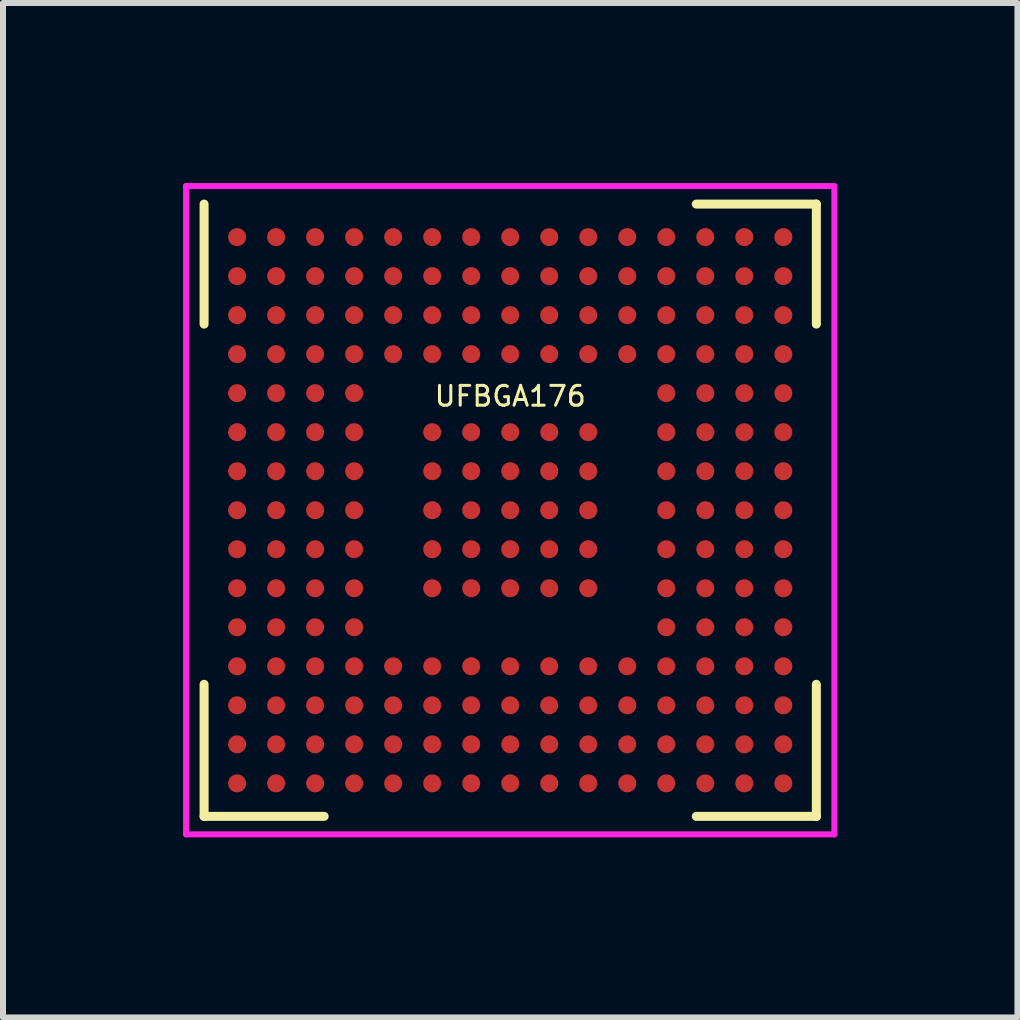
<source format=kicad_pcb>
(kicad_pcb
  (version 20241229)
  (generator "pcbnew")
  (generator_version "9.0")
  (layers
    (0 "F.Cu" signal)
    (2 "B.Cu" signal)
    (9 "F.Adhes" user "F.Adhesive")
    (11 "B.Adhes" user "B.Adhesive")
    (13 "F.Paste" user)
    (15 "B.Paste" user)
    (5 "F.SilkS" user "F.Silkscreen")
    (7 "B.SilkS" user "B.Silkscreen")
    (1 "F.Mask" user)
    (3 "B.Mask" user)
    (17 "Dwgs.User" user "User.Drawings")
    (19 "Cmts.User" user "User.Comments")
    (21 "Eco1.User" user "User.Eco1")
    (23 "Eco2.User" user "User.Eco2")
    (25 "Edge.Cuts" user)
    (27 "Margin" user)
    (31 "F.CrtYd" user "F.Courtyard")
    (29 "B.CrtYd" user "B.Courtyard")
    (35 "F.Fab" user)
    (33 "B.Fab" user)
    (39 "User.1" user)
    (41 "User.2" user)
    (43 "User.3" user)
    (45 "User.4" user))
  (footprint "UFBGA176"
    (layer "F.Cu")
    (at 5.45 5.45)
    (property "Reference" "UFBGA176" (at 0 -1.9 0) (layer "F.SilkS") (effects (font (size 0.33 0.33) (thickness 0.05))))
    (attr through_hole)
    (fp_line (start -5.1 -5.1) (end -5.1 -3.1) (stroke (width 0.15) (type solid)) (layer "F.SilkS"))
    (fp_line (start -5.1 5.1) (end -5.1 2.9) (stroke (width 0.15) (type solid)) (layer "F.SilkS"))
    (fp_line (start -5.1 5.1) (end -3.1 5.1) (stroke (width 0.15) (type solid)) (layer "F.SilkS"))
    (fp_line (start 5.1 -5.1) (end 3.1 -5.1) (stroke (width 0.15) (type solid)) (layer "F.SilkS"))
    (fp_line (start 5.1 -5.1) (end 5.1 -3.1) (stroke (width 0.15) (type solid)) (layer "F.SilkS"))
    (fp_line (start 5.1 5.1) (end 3.1 5.1) (stroke (width 0.15) (type solid)) (layer "F.SilkS"))
    (fp_line (start 5.1 5.1) (end 5.1 2.9) (stroke (width 0.15) (type solid)) (layer "F.SilkS"))
    (fp_line (start -5.4 5.4) (end -5.4 -5.4) (stroke (width 0.1) (type solid)) (layer "F.CrtYd"))
    (fp_line (start -5.4 5.4) (end 5.4 5.4) (stroke (width 0.1) (type solid)) (layer "F.CrtYd"))
    (fp_line (start 5.4 -5.4) (end -5.4 -5.4) (stroke (width 0.1) (type solid)) (layer "F.CrtYd"))
    (fp_line (start 5.4 5.4) (end 5.4 -5.4) (stroke (width 0.1) (type solid)) (layer "F.CrtYd"))
    (pad "A1" smd circle (at -4.55 -4.55) (size 0.3 0.3) (layers "F.Cu" "F.Mask" "F.Paste"))
    (pad "A2" smd circle (at -3.9 -4.55) (size 0.3 0.3) (layers "F.Cu" "F.Mask" "F.Paste"))
    (pad "A3" smd circle (at -3.25 -4.55) (size 0.3 0.3) (layers "F.Cu" "F.Mask" "F.Paste"))
    (pad "A4" smd circle (at -2.6 -4.55) (size 0.3 0.3) (layers "F.Cu" "F.Mask" "F.Paste"))
    (pad "A5" smd circle (at -1.95 -4.55) (size 0.3 0.3) (layers "F.Cu" "F.Mask" "F.Paste"))
    (pad "A6" smd circle (at -1.3 -4.55) (size 0.3 0.3) (layers "F.Cu" "F.Mask" "F.Paste"))
    (pad "A7" smd circle (at -0.65 -4.55) (size 0.3 0.3) (layers "F.Cu" "F.Mask" "F.Paste"))
    (pad "A8" smd circle (at 0 -4.55) (size 0.3 0.3) (layers "F.Cu" "F.Mask" "F.Paste"))
    (pad "A9" smd circle (at 0.65 -4.55) (size 0.3 0.3) (layers "F.Cu" "F.Mask" "F.Paste"))
    (pad "A10" smd circle (at 1.3 -4.55) (size 0.3 0.3) (layers "F.Cu" "F.Mask" "F.Paste"))
    (pad "A11" smd circle (at 1.95 -4.55) (size 0.3 0.3) (layers "F.Cu" "F.Mask" "F.Paste"))
    (pad "A12" smd circle (at 2.6 -4.55) (size 0.3 0.3) (layers "F.Cu" "F.Mask" "F.Paste"))
    (pad "A13" smd circle (at 3.25 -4.55) (size 0.3 0.3) (layers "F.Cu" "F.Mask" "F.Paste"))
    (pad "A14" smd circle (at 3.9 -4.55) (size 0.3 0.3) (layers "F.Cu" "F.Mask" "F.Paste"))
    (pad "A15" smd circle (at 4.55 -4.55) (size 0.3 0.3) (layers "F.Cu" "F.Mask" "F.Paste"))
    (pad "B1" smd circle (at -4.55 -3.9) (size 0.3 0.3) (layers "F.Cu" "F.Mask" "F.Paste"))
    (pad "B2" smd circle (at -3.9 -3.9) (size 0.3 0.3) (layers "F.Cu" "F.Mask" "F.Paste"))
    (pad "B3" smd circle (at -3.25 -3.9) (size 0.3 0.3) (layers "F.Cu" "F.Mask" "F.Paste"))
    (pad "B4" smd circle (at -2.6 -3.9) (size 0.3 0.3) (layers "F.Cu" "F.Mask" "F.Paste"))
    (pad "B5" smd circle (at -1.95 -3.9) (size 0.3 0.3) (layers "F.Cu" "F.Mask" "F.Paste"))
    (pad "B6" smd circle (at -1.3 -3.9) (size 0.3 0.3) (layers "F.Cu" "F.Mask" "F.Paste"))
    (pad "B7" smd circle (at -0.65 -3.9) (size 0.3 0.3) (layers "F.Cu" "F.Mask" "F.Paste"))
    (pad "B8" smd circle (at 0 -3.9) (size 0.3 0.3) (layers "F.Cu" "F.Mask" "F.Paste"))
    (pad "B9" smd circle (at 0.65 -3.9) (size 0.3 0.3) (layers "F.Cu" "F.Mask" "F.Paste"))
    (pad "B10" smd circle (at 1.3 -3.9) (size 0.3 0.3) (layers "F.Cu" "F.Mask" "F.Paste"))
    (pad "B11" smd circle (at 1.95 -3.9) (size 0.3 0.3) (layers "F.Cu" "F.Mask" "F.Paste"))
    (pad "B12" smd circle (at 2.6 -3.9) (size 0.3 0.3) (layers "F.Cu" "F.Mask" "F.Paste"))
    (pad "B13" smd circle (at 3.25 -3.9) (size 0.3 0.3) (layers "F.Cu" "F.Mask" "F.Paste"))
    (pad "B14" smd circle (at 3.9 -3.9) (size 0.3 0.3) (layers "F.Cu" "F.Mask" "F.Paste"))
    (pad "B15" smd circle (at 4.55 -3.9) (size 0.3 0.3) (layers "F.Cu" "F.Mask" "F.Paste"))
    (pad "C1" smd circle (at -4.55 -3.25) (size 0.3 0.3) (layers "F.Cu" "F.Mask" "F.Paste"))
    (pad "C2" smd circle (at -3.9 -3.25) (size 0.3 0.3) (layers "F.Cu" "F.Mask" "F.Paste"))
    (pad "C3" smd circle (at -3.25 -3.25) (size 0.3 0.3) (layers "F.Cu" "F.Mask" "F.Paste"))
    (pad "C4" smd circle (at -2.6 -3.25) (size 0.3 0.3) (layers "F.Cu" "F.Mask" "F.Paste"))
    (pad "C5" smd circle (at -1.95 -3.25) (size 0.3 0.3) (layers "F.Cu" "F.Mask" "F.Paste"))
    (pad "C6" smd circle (at -1.3 -3.25) (size 0.3 0.3) (layers "F.Cu" "F.Mask" "F.Paste"))
    (pad "C7" smd circle (at -0.65 -3.25) (size 0.3 0.3) (layers "F.Cu" "F.Mask" "F.Paste"))
    (pad "C8" smd circle (at 0 -3.25) (size 0.3 0.3) (layers "F.Cu" "F.Mask" "F.Paste"))
    (pad "C9" smd circle (at 0.65 -3.25) (size 0.3 0.3) (layers "F.Cu" "F.Mask" "F.Paste"))
    (pad "C10" smd circle (at 1.3 -3.25) (size 0.3 0.3) (layers "F.Cu" "F.Mask" "F.Paste"))
    (pad "C11" smd circle (at 1.95 -3.25) (size 0.3 0.3) (layers "F.Cu" "F.Mask" "F.Paste"))
    (pad "C12" smd circle (at 2.6 -3.25) (size 0.3 0.3) (layers "F.Cu" "F.Mask" "F.Paste"))
    (pad "C13" smd circle (at 3.25 -3.25) (size 0.3 0.3) (layers "F.Cu" "F.Mask" "F.Paste"))
    (pad "C14" smd circle (at 3.9 -3.25) (size 0.3 0.3) (layers "F.Cu" "F.Mask" "F.Paste"))
    (pad "C15" smd circle (at 4.55 -3.25) (size 0.3 0.3) (layers "F.Cu" "F.Mask" "F.Paste"))
    (pad "D1" smd circle (at -4.55 -2.6) (size 0.3 0.3) (layers "F.Cu" "F.Mask" "F.Paste"))
    (pad "D2" smd circle (at -3.9 -2.6) (size 0.3 0.3) (layers "F.Cu" "F.Mask" "F.Paste"))
    (pad "D3" smd circle (at -3.25 -2.6) (size 0.3 0.3) (layers "F.Cu" "F.Mask" "F.Paste"))
    (pad "D4" smd circle (at -2.6 -2.6) (size 0.3 0.3) (layers "F.Cu" "F.Mask" "F.Paste"))
    (pad "D5" smd circle (at -1.95 -2.6) (size 0.3 0.3) (layers "F.Cu" "F.Mask" "F.Paste"))
    (pad "D6" smd circle (at -1.3 -2.6) (size 0.3 0.3) (layers "F.Cu" "F.Mask" "F.Paste"))
    (pad "D7" smd circle (at -0.65 -2.6) (size 0.3 0.3) (layers "F.Cu" "F.Mask" "F.Paste"))
    (pad "D8" smd circle (at 0 -2.6) (size 0.3 0.3) (layers "F.Cu" "F.Mask" "F.Paste"))
    (pad "D9" smd circle (at 0.65 -2.6) (size 0.3 0.3) (layers "F.Cu" "F.Mask" "F.Paste"))
    (pad "D10" smd circle (at 1.3 -2.6) (size 0.3 0.3) (layers "F.Cu" "F.Mask" "F.Paste"))
    (pad "D11" smd circle (at 1.95 -2.6) (size 0.3 0.3) (layers "F.Cu" "F.Mask" "F.Paste"))
    (pad "D12" smd circle (at 2.6 -2.6) (size 0.3 0.3) (layers "F.Cu" "F.Mask" "F.Paste"))
    (pad "D13" smd circle (at 3.25 -2.6) (size 0.3 0.3) (layers "F.Cu" "F.Mask" "F.Paste"))
    (pad "D14" smd circle (at 3.9 -2.6) (size 0.3 0.3) (layers "F.Cu" "F.Mask" "F.Paste"))
    (pad "D15" smd circle (at 4.55 -2.6) (size 0.3 0.3) (layers "F.Cu" "F.Mask" "F.Paste"))
    (pad "E1" smd circle (at -4.55 -1.95) (size 0.3 0.3) (layers "F.Cu" "F.Mask" "F.Paste"))
    (pad "E2" smd circle (at -3.9 -1.95) (size 0.3 0.3) (layers "F.Cu" "F.Mask" "F.Paste"))
    (pad "E3" smd circle (at -3.25 -1.95) (size 0.3 0.3) (layers "F.Cu" "F.Mask" "F.Paste"))
    (pad "E4" smd circle (at -2.6 -1.95) (size 0.3 0.3) (layers "F.Cu" "F.Mask" "F.Paste"))
    (pad "E12" smd circle (at 2.6 -1.95) (size 0.3 0.3) (layers "F.Cu" "F.Mask" "F.Paste"))
    (pad "E13" smd circle (at 3.25 -1.95) (size 0.3 0.3) (layers "F.Cu" "F.Mask" "F.Paste"))
    (pad "E14" smd circle (at 3.9 -1.95) (size 0.3 0.3) (layers "F.Cu" "F.Mask" "F.Paste"))
    (pad "E15" smd circle (at 4.55 -1.95) (size 0.3 0.3) (layers "F.Cu" "F.Mask" "F.Paste"))
    (pad "F1" smd circle (at -4.55 -1.3) (size 0.3 0.3) (layers "F.Cu" "F.Mask" "F.Paste"))
    (pad "F2" smd circle (at -3.9 -1.3) (size 0.3 0.3) (layers "F.Cu" "F.Mask" "F.Paste"))
    (pad "F3" smd circle (at -3.25 -1.3) (size 0.3 0.3) (layers "F.Cu" "F.Mask" "F.Paste"))
    (pad "F4" smd circle (at -2.6 -1.3) (size 0.3 0.3) (layers "F.Cu" "F.Mask" "F.Paste"))
    (pad "F6" smd circle (at -1.3 -1.3) (size 0.3 0.3) (layers "F.Cu" "F.Mask" "F.Paste"))
    (pad "F7" smd circle (at -0.65 -1.3) (size 0.3 0.3) (layers "F.Cu" "F.Mask" "F.Paste"))
    (pad "F8" smd circle (at 0 -1.3) (size 0.3 0.3) (layers "F.Cu" "F.Mask" "F.Paste"))
    (pad "F9" smd circle (at 0.65 -1.3) (size 0.3 0.3) (layers "F.Cu" "F.Mask" "F.Paste"))
    (pad "F10" smd circle (at 1.3 -1.3) (size 0.3 0.3) (layers "F.Cu" "F.Mask" "F.Paste"))
    (pad "F12" smd circle (at 2.6 -1.3) (size 0.3 0.3) (layers "F.Cu" "F.Mask" "F.Paste"))
    (pad "F13" smd circle (at 3.25 -1.3) (size 0.3 0.3) (layers "F.Cu" "F.Mask" "F.Paste"))
    (pad "F14" smd circle (at 3.9 -1.3) (size 0.3 0.3) (layers "F.Cu" "F.Mask" "F.Paste"))
    (pad "F15" smd circle (at 4.55 -1.3) (size 0.3 0.3) (layers "F.Cu" "F.Mask" "F.Paste"))
    (pad "G1" smd circle (at -4.55 -0.65) (size 0.3 0.3) (layers "F.Cu" "F.Mask" "F.Paste"))
    (pad "G2" smd circle (at -3.9 -0.65) (size 0.3 0.3) (layers "F.Cu" "F.Mask" "F.Paste"))
    (pad "G3" smd circle (at -3.25 -0.65) (size 0.3 0.3) (layers "F.Cu" "F.Mask" "F.Paste"))
    (pad "G4" smd circle (at -2.6 -0.65) (size 0.3 0.3) (layers "F.Cu" "F.Mask" "F.Paste"))
    (pad "G6" smd circle (at -1.3 -0.65) (size 0.3 0.3) (layers "F.Cu" "F.Mask" "F.Paste"))
    (pad "G7" smd circle (at -0.65 -0.65) (size 0.3 0.3) (layers "F.Cu" "F.Mask" "F.Paste"))
    (pad "G8" smd circle (at 0 -0.65) (size 0.3 0.3) (layers "F.Cu" "F.Mask" "F.Paste"))
    (pad "G9" smd circle (at 0.65 -0.65) (size 0.3 0.3) (layers "F.Cu" "F.Mask" "F.Paste"))
    (pad "G10" smd circle (at 1.3 -0.65) (size 0.3 0.3) (layers "F.Cu" "F.Mask" "F.Paste"))
    (pad "G12" smd circle (at 2.6 -0.65) (size 0.3 0.3) (layers "F.Cu" "F.Mask" "F.Paste"))
    (pad "G13" smd circle (at 3.25 -0.65) (size 0.3 0.3) (layers "F.Cu" "F.Mask" "F.Paste"))
    (pad "G14" smd circle (at 3.9 -0.65) (size 0.3 0.3) (layers "F.Cu" "F.Mask" "F.Paste"))
    (pad "G15" smd circle (at 4.55 -0.65) (size 0.3 0.3) (layers "F.Cu" "F.Mask" "F.Paste"))
    (pad "H1" smd circle (at -4.55 0) (size 0.3 0.3) (layers "F.Cu" "F.Mask" "F.Paste"))
    (pad "H2" smd circle (at -3.9 0) (size 0.3 0.3) (layers "F.Cu" "F.Mask" "F.Paste"))
    (pad "H3" smd circle (at -3.25 0) (size 0.3 0.3) (layers "F.Cu" "F.Mask" "F.Paste"))
    (pad "H4" smd circle (at -2.6 0) (size 0.3 0.3) (layers "F.Cu" "F.Mask" "F.Paste"))
    (pad "H6" smd circle (at -1.3 0) (size 0.3 0.3) (layers "F.Cu" "F.Mask" "F.Paste"))
    (pad "H7" smd circle (at -0.65 0) (size 0.3 0.3) (layers "F.Cu" "F.Mask" "F.Paste"))
    (pad "H8" smd circle (at 0 0) (size 0.3 0.3) (layers "F.Cu" "F.Mask" "F.Paste"))
    (pad "H9" smd circle (at 0.65 0) (size 0.3 0.3) (layers "F.Cu" "F.Mask" "F.Paste"))
    (pad "H10" smd circle (at 1.3 0) (size 0.3 0.3) (layers "F.Cu" "F.Mask" "F.Paste"))
    (pad "H12" smd circle (at 2.6 0) (size 0.3 0.3) (layers "F.Cu" "F.Mask" "F.Paste"))
    (pad "H13" smd circle (at 3.25 0) (size 0.3 0.3) (layers "F.Cu" "F.Mask" "F.Paste"))
    (pad "H14" smd circle (at 3.9 0) (size 0.3 0.3) (layers "F.Cu" "F.Mask" "F.Paste"))
    (pad "H15" smd circle (at 4.55 0) (size 0.3 0.3) (layers "F.Cu" "F.Mask" "F.Paste"))
    (pad "J1" smd circle (at -4.55 0.65) (size 0.3 0.3) (layers "F.Cu" "F.Mask" "F.Paste"))
    (pad "J2" smd circle (at -3.9 0.65) (size 0.3 0.3) (layers "F.Cu" "F.Mask" "F.Paste"))
    (pad "J3" smd circle (at -3.25 0.65) (size 0.3 0.3) (layers "F.Cu" "F.Mask" "F.Paste"))
    (pad "J4" smd circle (at -2.6 0.65) (size 0.3 0.3) (layers "F.Cu" "F.Mask" "F.Paste"))
    (pad "J6" smd circle (at -1.3 0.65) (size 0.3 0.3) (layers "F.Cu" "F.Mask" "F.Paste"))
    (pad "J7" smd circle (at -0.65 0.65) (size 0.3 0.3) (layers "F.Cu" "F.Mask" "F.Paste"))
    (pad "J8" smd circle (at 0 0.65) (size 0.3 0.3) (layers "F.Cu" "F.Mask" "F.Paste"))
    (pad "J9" smd circle (at 0.65 0.65) (size 0.3 0.3) (layers "F.Cu" "F.Mask" "F.Paste"))
    (pad "J10" smd circle (at 1.3 0.65) (size 0.3 0.3) (layers "F.Cu" "F.Mask" "F.Paste"))
    (pad "J12" smd circle (at 2.6 0.65) (size 0.3 0.3) (layers "F.Cu" "F.Mask" "F.Paste"))
    (pad "J13" smd circle (at 3.25 0.65) (size 0.3 0.3) (layers "F.Cu" "F.Mask" "F.Paste"))
    (pad "J14" smd circle (at 3.9 0.65) (size 0.3 0.3) (layers "F.Cu" "F.Mask" "F.Paste"))
    (pad "J15" smd circle (at 4.55 0.65) (size 0.3 0.3) (layers "F.Cu" "F.Mask" "F.Paste"))
    (pad "K1" smd circle (at -4.55 1.3) (size 0.3 0.3) (layers "F.Cu" "F.Mask" "F.Paste"))
    (pad "K2" smd circle (at -3.9 1.3) (size 0.3 0.3) (layers "F.Cu" "F.Mask" "F.Paste"))
    (pad "K3" smd circle (at -3.25 1.3) (size 0.3 0.3) (layers "F.Cu" "F.Mask" "F.Paste"))
    (pad "K4" smd circle (at -2.6 1.3) (size 0.3 0.3) (layers "F.Cu" "F.Mask" "F.Paste"))
    (pad "K6" smd circle (at -1.3 1.3) (size 0.3 0.3) (layers "F.Cu" "F.Mask" "F.Paste"))
    (pad "K7" smd circle (at -0.65 1.3) (size 0.3 0.3) (layers "F.Cu" "F.Mask" "F.Paste"))
    (pad "K8" smd circle (at 0 1.3) (size 0.3 0.3) (layers "F.Cu" "F.Mask" "F.Paste"))
    (pad "K9" smd circle (at 0.65 1.3) (size 0.3 0.3) (layers "F.Cu" "F.Mask" "F.Paste"))
    (pad "K10" smd circle (at 1.3 1.3) (size 0.3 0.3) (layers "F.Cu" "F.Mask" "F.Paste"))
    (pad "K12" smd circle (at 2.6 1.3) (size 0.3 0.3) (layers "F.Cu" "F.Mask" "F.Paste"))
    (pad "K13" smd circle (at 3.25 1.3) (size 0.3 0.3) (layers "F.Cu" "F.Mask" "F.Paste"))
    (pad "K14" smd circle (at 3.9 1.3) (size 0.3 0.3) (layers "F.Cu" "F.Mask" "F.Paste"))
    (pad "K15" smd circle (at 4.55 1.3) (size 0.3 0.3) (layers "F.Cu" "F.Mask" "F.Paste"))
    (pad "L1" smd circle (at -4.55 1.95) (size 0.3 0.3) (layers "F.Cu" "F.Mask" "F.Paste"))
    (pad "L2" smd circle (at -3.9 1.95) (size 0.3 0.3) (layers "F.Cu" "F.Mask" "F.Paste"))
    (pad "L3" smd circle (at -3.25 1.95) (size 0.3 0.3) (layers "F.Cu" "F.Mask" "F.Paste"))
    (pad "L4" smd circle (at -2.6 1.95) (size 0.3 0.3) (layers "F.Cu" "F.Mask" "F.Paste"))
    (pad "L12" smd circle (at 2.6 1.95) (size 0.3 0.3) (layers "F.Cu" "F.Mask" "F.Paste"))
    (pad "L13" smd circle (at 3.25 1.95) (size 0.3 0.3) (layers "F.Cu" "F.Mask" "F.Paste"))
    (pad "L14" smd circle (at 3.9 1.95) (size 0.3 0.3) (layers "F.Cu" "F.Mask" "F.Paste"))
    (pad "L15" smd circle (at 4.55 1.95) (size 0.3 0.3) (layers "F.Cu" "F.Mask" "F.Paste"))
    (pad "M1" smd circle (at -4.55 2.6) (size 0.3 0.3) (layers "F.Cu" "F.Mask" "F.Paste"))
    (pad "M2" smd circle (at -3.9 2.6) (size 0.3 0.3) (layers "F.Cu" "F.Mask" "F.Paste"))
    (pad "M3" smd circle (at -3.25 2.6) (size 0.3 0.3) (layers "F.Cu" "F.Mask" "F.Paste"))
    (pad "M4" smd circle (at -2.6 2.6) (size 0.3 0.3) (layers "F.Cu" "F.Mask" "F.Paste"))
    (pad "M5" smd circle (at -1.95 2.6) (size 0.3 0.3) (layers "F.Cu" "F.Mask" "F.Paste"))
    (pad "M6" smd circle (at -1.3 2.6) (size 0.3 0.3) (layers "F.Cu" "F.Mask" "F.Paste"))
    (pad "M7" smd circle (at -0.65 2.6) (size 0.3 0.3) (layers "F.Cu" "F.Mask" "F.Paste"))
    (pad "M8" smd circle (at 0 2.6) (size 0.3 0.3) (layers "F.Cu" "F.Mask" "F.Paste"))
    (pad "M9" smd circle (at 0.65 2.6) (size 0.3 0.3) (layers "F.Cu" "F.Mask" "F.Paste"))
    (pad "M10" smd circle (at 1.3 2.6) (size 0.3 0.3) (layers "F.Cu" "F.Mask" "F.Paste"))
    (pad "M11" smd circle (at 1.95 2.6) (size 0.3 0.3) (layers "F.Cu" "F.Mask" "F.Paste"))
    (pad "M12" smd circle (at 2.6 2.6) (size 0.3 0.3) (layers "F.Cu" "F.Mask" "F.Paste"))
    (pad "M13" smd circle (at 3.25 2.6) (size 0.3 0.3) (layers "F.Cu" "F.Mask" "F.Paste"))
    (pad "M14" smd circle (at 3.9 2.6) (size 0.3 0.3) (layers "F.Cu" "F.Mask" "F.Paste"))
    (pad "M15" smd circle (at 4.55 2.6) (size 0.3 0.3) (layers "F.Cu" "F.Mask" "F.Paste"))
    (pad "N1" smd circle (at -4.55 3.25) (size 0.3 0.3) (layers "F.Cu" "F.Mask" "F.Paste"))
    (pad "N2" smd circle (at -3.9 3.25) (size 0.3 0.3) (layers "F.Cu" "F.Mask" "F.Paste"))
    (pad "N3" smd circle (at -3.25 3.25) (size 0.3 0.3) (layers "F.Cu" "F.Mask" "F.Paste"))
    (pad "N4" smd circle (at -2.6 3.25) (size 0.3 0.3) (layers "F.Cu" "F.Mask" "F.Paste"))
    (pad "N5" smd circle (at -1.95 3.25) (size 0.3 0.3) (layers "F.Cu" "F.Mask" "F.Paste"))
    (pad "N6" smd circle (at -1.3 3.25) (size 0.3 0.3) (layers "F.Cu" "F.Mask" "F.Paste"))
    (pad "N7" smd circle (at -0.65 3.25) (size 0.3 0.3) (layers "F.Cu" "F.Mask" "F.Paste"))
    (pad "N8" smd circle (at 0 3.25) (size 0.3 0.3) (layers "F.Cu" "F.Mask" "F.Paste"))
    (pad "N9" smd circle (at 0.65 3.25) (size 0.3 0.3) (layers "F.Cu" "F.Mask" "F.Paste"))
    (pad "N10" smd circle (at 1.3 3.25) (size 0.3 0.3) (layers "F.Cu" "F.Mask" "F.Paste"))
    (pad "N11" smd circle (at 1.95 3.25) (size 0.3 0.3) (layers "F.Cu" "F.Mask" "F.Paste"))
    (pad "N12" smd circle (at 2.6 3.25) (size 0.3 0.3) (layers "F.Cu" "F.Mask" "F.Paste"))
    (pad "N13" smd circle (at 3.25 3.25) (size 0.3 0.3) (layers "F.Cu" "F.Mask" "F.Paste"))
    (pad "N14" smd circle (at 3.9 3.25) (size 0.3 0.3) (layers "F.Cu" "F.Mask" "F.Paste"))
    (pad "N15" smd circle (at 4.55 3.25) (size 0.3 0.3) (layers "F.Cu" "F.Mask" "F.Paste"))
    (pad "P1" smd circle (at -4.55 3.9) (size 0.3 0.3) (layers "F.Cu" "F.Mask" "F.Paste"))
    (pad "P2" smd circle (at -3.9 3.9) (size 0.3 0.3) (layers "F.Cu" "F.Mask" "F.Paste"))
    (pad "P3" smd circle (at -3.25 3.9) (size 0.3 0.3) (layers "F.Cu" "F.Mask" "F.Paste"))
    (pad "P4" smd circle (at -2.6 3.9) (size 0.3 0.3) (layers "F.Cu" "F.Mask" "F.Paste"))
    (pad "P5" smd circle (at -1.95 3.9) (size 0.3 0.3) (layers "F.Cu" "F.Mask" "F.Paste"))
    (pad "P6" smd circle (at -1.3 3.9) (size 0.3 0.3) (layers "F.Cu" "F.Mask" "F.Paste"))
    (pad "P7" smd circle (at -0.65 3.9) (size 0.3 0.3) (layers "F.Cu" "F.Mask" "F.Paste"))
    (pad "P8" smd circle (at 0 3.9) (size 0.3 0.3) (layers "F.Cu" "F.Mask" "F.Paste"))
    (pad "P9" smd circle (at 0.65 3.9) (size 0.3 0.3) (layers "F.Cu" "F.Mask" "F.Paste"))
    (pad "P10" smd circle (at 1.3 3.9) (size 0.3 0.3) (layers "F.Cu" "F.Mask" "F.Paste"))
    (pad "P11" smd circle (at 1.95 3.9) (size 0.3 0.3) (layers "F.Cu" "F.Mask" "F.Paste"))
    (pad "P12" smd circle (at 2.6 3.9) (size 0.3 0.3) (layers "F.Cu" "F.Mask" "F.Paste"))
    (pad "P13" smd circle (at 3.25 3.9) (size 0.3 0.3) (layers "F.Cu" "F.Mask" "F.Paste"))
    (pad "P14" smd circle (at 3.9 3.9) (size 0.3 0.3) (layers "F.Cu" "F.Mask" "F.Paste"))
    (pad "P15" smd circle (at 4.55 3.9) (size 0.3 0.3) (layers "F.Cu" "F.Mask" "F.Paste"))
    (pad "R1" smd circle (at -4.55 4.55) (size 0.3 0.3) (layers "F.Cu" "F.Mask" "F.Paste"))
    (pad "R2" smd circle (at -3.9 4.55) (size 0.3 0.3) (layers "F.Cu" "F.Mask" "F.Paste"))
    (pad "R3" smd circle (at -3.25 4.55) (size 0.3 0.3) (layers "F.Cu" "F.Mask" "F.Paste"))
    (pad "R4" smd circle (at -2.6 4.55) (size 0.3 0.3) (layers "F.Cu" "F.Mask" "F.Paste"))
    (pad "R5" smd circle (at -1.95 4.55) (size 0.3 0.3) (layers "F.Cu" "F.Mask" "F.Paste"))
    (pad "R6" smd circle (at -1.3 4.55) (size 0.3 0.3) (layers "F.Cu" "F.Mask" "F.Paste"))
    (pad "R7" smd circle (at -0.65 4.55) (size 0.3 0.3) (layers "F.Cu" "F.Mask" "F.Paste"))
    (pad "R8" smd circle (at 0 4.55) (size 0.3 0.3) (layers "F.Cu" "F.Mask" "F.Paste"))
    (pad "R9" smd circle (at 0.65 4.55) (size 0.3 0.3) (layers "F.Cu" "F.Mask" "F.Paste"))
    (pad "R10" smd circle (at 1.3 4.55) (size 0.3 0.3) (layers "F.Cu" "F.Mask" "F.Paste"))
    (pad "R11" smd circle (at 1.95 4.55) (size 0.3 0.3) (layers "F.Cu" "F.Mask" "F.Paste"))
    (pad "R12" smd circle (at 2.6 4.55) (size 0.3 0.3) (layers "F.Cu" "F.Mask" "F.Paste"))
    (pad "R13" smd circle (at 3.25 4.55) (size 0.3 0.3) (layers "F.Cu" "F.Mask" "F.Paste"))
    (pad "R14" smd circle (at 3.9 4.55) (size 0.3 0.3) (layers "F.Cu" "F.Mask" "F.Paste"))
    (pad "R15" smd circle (at 4.55 4.55) (size 0.3 0.3) (layers "F.Cu" "F.Mask" "F.Paste")))
  (gr_rect
    (start -3 -3)
    (end 13.9 13.9)
    (stroke (width 0.1) (type default))
    (fill no)
    (layer "Edge.Cuts")))
</source>
